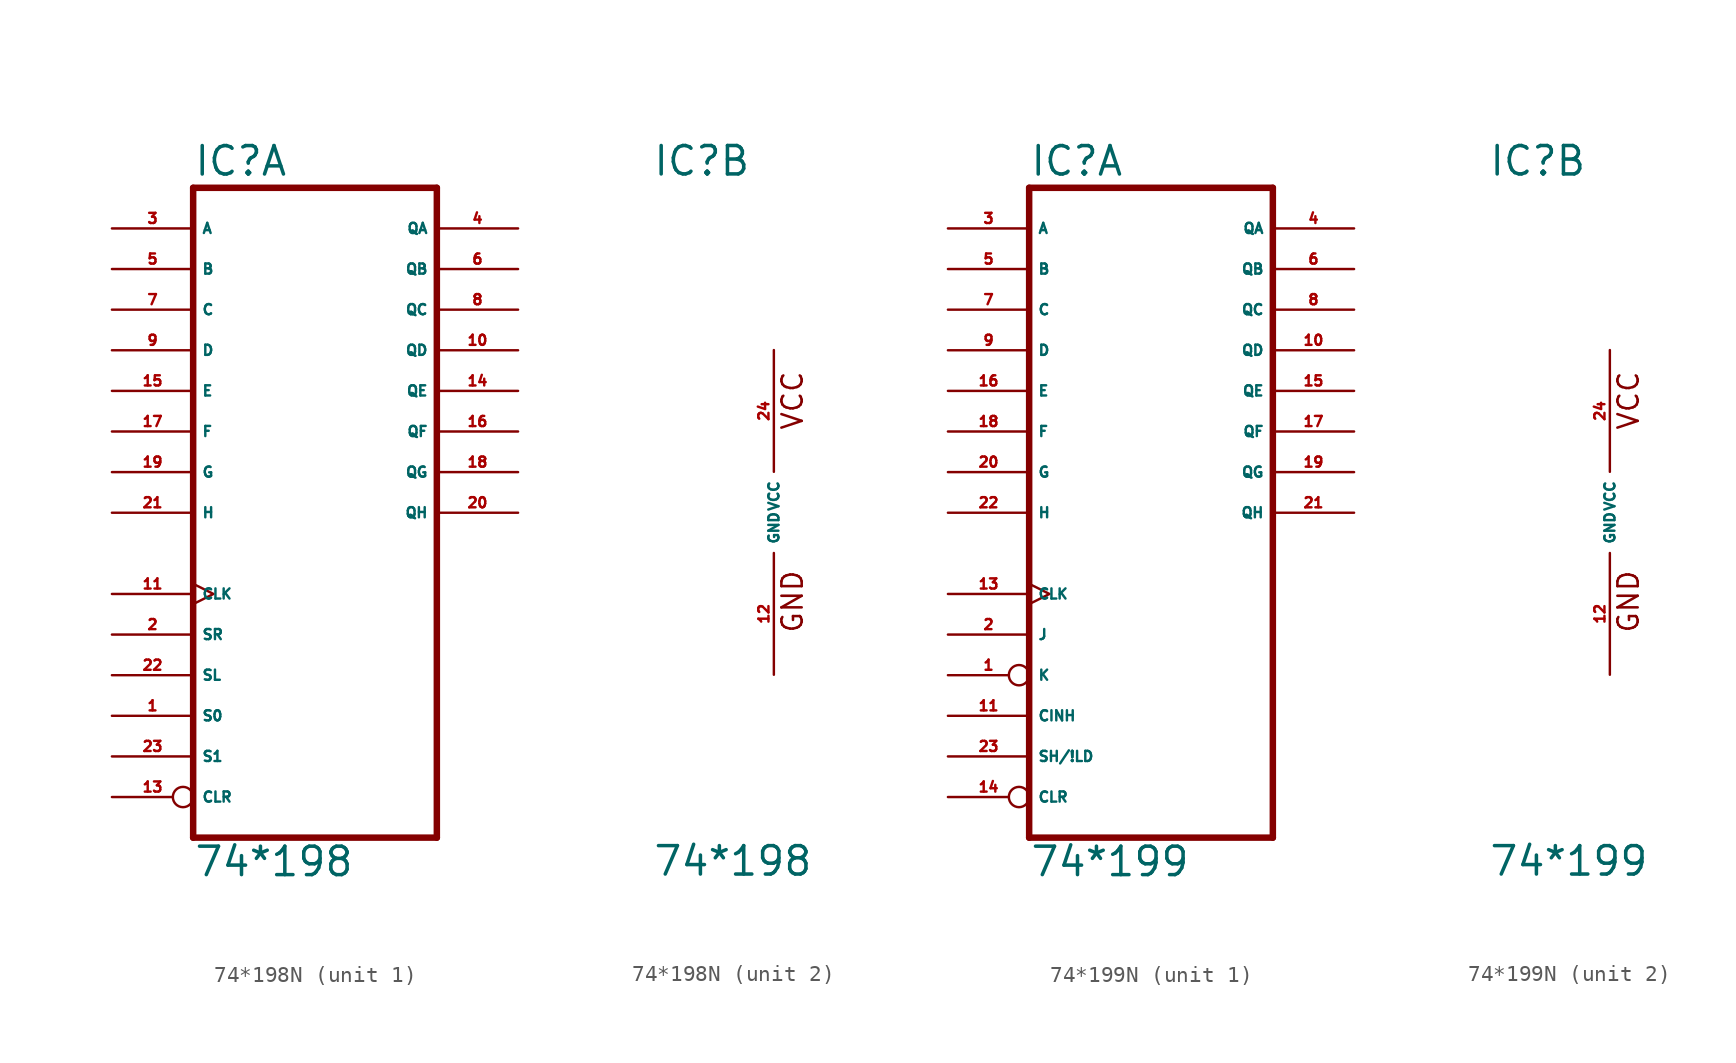
<source format=kicad_sym>
(kicad_symbol_lib
  (version 20220914)
  (generator Eagle2Kicad)
  (symbol "74*198N"
    (property "Reference" "IC"
      (at -7.62 20.955 0)
      (effects (font (size 1.778 1.778) (thickness 0.22)) (justify left bottom)))
    (property "Value" "74*198"
      (at -7.62 -22.86 0)
      (effects (font (size 1.778 1.778) (thickness 0.22)) (justify left bottom)))
    (symbol "74*198N_1_0"
      (polyline (pts (xy -7.62 -20.32) (xy 7.62 -20.32)) (stroke (width 0.406) (type default)) (fill (type none)))
      (polyline (pts (xy 7.62 -20.32) (xy 7.62 20.32)) (stroke (width 0.406) (type default)) (fill (type none)))
      (polyline (pts (xy 7.62 20.32) (xy -7.62 20.32)) (stroke (width 0.406) (type default)) (fill (type none)))
      (polyline (pts (xy -7.62 20.32) (xy -7.62 -20.32)) (stroke (width 0.406) (type default)) (fill (type none)))
      (pin input line (at -12.7 -12.7 0) (length 5.08) (name "S0" (effects (font (size 0.635 0.635) (thickness 0.08)) (justify left bottom))) (number "1" (effects (font (size 0.635 0.635) (thickness 0.08)) (justify left bottom))))
      (pin input line (at -12.7 -7.62 0) (length 5.08) (name "SR" (effects (font (size 0.635 0.635) (thickness 0.08)) (justify left bottom))) (number "2" (effects (font (size 0.635 0.635) (thickness 0.08)) (justify left bottom))))
      (pin input line (at -12.7 17.78 0) (length 5.08) (name "A" (effects (font (size 0.635 0.635) (thickness 0.08)) (justify left bottom))) (number "3" (effects (font (size 0.635 0.635) (thickness 0.08)) (justify left bottom))))
      (pin output line (at 12.7 17.78 180) (length 5.08) (name "QA" (effects (font (size 0.635 0.635) (thickness 0.08)) (justify left bottom))) (number "4" (effects (font (size 0.635 0.635) (thickness 0.08)) (justify left bottom))))
      (pin input line (at -12.7 15.24 0) (length 5.08) (name "B" (effects (font (size 0.635 0.635) (thickness 0.08)) (justify left bottom))) (number "5" (effects (font (size 0.635 0.635) (thickness 0.08)) (justify left bottom))))
      (pin output line (at 12.7 15.24 180) (length 5.08) (name "QB" (effects (font (size 0.635 0.635) (thickness 0.08)) (justify left bottom))) (number "6" (effects (font (size 0.635 0.635) (thickness 0.08)) (justify left bottom))))
      (pin input line (at -12.7 12.7 0) (length 5.08) (name "C" (effects (font (size 0.635 0.635) (thickness 0.08)) (justify left bottom))) (number "7" (effects (font (size 0.635 0.635) (thickness 0.08)) (justify left bottom))))
      (pin output line (at 12.7 12.7 180) (length 5.08) (name "QC" (effects (font (size 0.635 0.635) (thickness 0.08)) (justify left bottom))) (number "8" (effects (font (size 0.635 0.635) (thickness 0.08)) (justify left bottom))))
      (pin input line (at -12.7 10.16 0) (length 5.08) (name "D" (effects (font (size 0.635 0.635) (thickness 0.08)) (justify left bottom))) (number "9" (effects (font (size 0.635 0.635) (thickness 0.08)) (justify left bottom))))
      (pin output line (at 12.7 10.16 180) (length 5.08) (name "QD" (effects (font (size 0.635 0.635) (thickness 0.08)) (justify left bottom))) (number "10" (effects (font (size 0.635 0.635) (thickness 0.08)) (justify left bottom))))
      (pin input clock (at -12.7 -5.08 0) (length 5.08) (name "CLK" (effects (font (size 0.635 0.635) (thickness 0.08)) (justify left bottom))) (number "11" (effects (font (size 0.635 0.635) (thickness 0.08)) (justify left bottom))))
      (pin input inverted (at -12.7 -17.78 0) (length 5.08) (name "CLR" (effects (font (size 0.635 0.635) (thickness 0.08)) (justify left bottom))) (number "13" (effects (font (size 0.635 0.635) (thickness 0.08)) (justify left bottom))))
      (pin output line (at 12.7 7.62 180) (length 5.08) (name "QE" (effects (font (size 0.635 0.635) (thickness 0.08)) (justify left bottom))) (number "14" (effects (font (size 0.635 0.635) (thickness 0.08)) (justify left bottom))))
      (pin input line (at -12.7 7.62 0) (length 5.08) (name "E" (effects (font (size 0.635 0.635) (thickness 0.08)) (justify left bottom))) (number "15" (effects (font (size 0.635 0.635) (thickness 0.08)) (justify left bottom))))
      (pin output line (at 12.7 5.08 180) (length 5.08) (name "QF" (effects (font (size 0.635 0.635) (thickness 0.08)) (justify left bottom))) (number "16" (effects (font (size 0.635 0.635) (thickness 0.08)) (justify left bottom))))
      (pin input line (at -12.7 5.08 0) (length 5.08) (name "F" (effects (font (size 0.635 0.635) (thickness 0.08)) (justify left bottom))) (number "17" (effects (font (size 0.635 0.635) (thickness 0.08)) (justify left bottom))))
      (pin output line (at 12.7 2.54 180) (length 5.08) (name "QG" (effects (font (size 0.635 0.635) (thickness 0.08)) (justify left bottom))) (number "18" (effects (font (size 0.635 0.635) (thickness 0.08)) (justify left bottom))))
      (pin input line (at -12.7 2.54 0) (length 5.08) (name "G" (effects (font (size 0.635 0.635) (thickness 0.08)) (justify left bottom))) (number "19" (effects (font (size 0.635 0.635) (thickness 0.08)) (justify left bottom))))
      (pin output line (at 12.7 0 180) (length 5.08) (name "QH" (effects (font (size 0.635 0.635) (thickness 0.08)) (justify left bottom))) (number "20" (effects (font (size 0.635 0.635) (thickness 0.08)) (justify left bottom))))
      (pin input line (at -12.7 0 0) (length 5.08) (name "H" (effects (font (size 0.635 0.635) (thickness 0.08)) (justify left bottom))) (number "21" (effects (font (size 0.635 0.635) (thickness 0.08)) (justify left bottom))))
      (pin input line (at -12.7 -10.16 0) (length 5.08) (name "SL" (effects (font (size 0.635 0.635) (thickness 0.08)) (justify left bottom))) (number "22" (effects (font (size 0.635 0.635) (thickness 0.08)) (justify left bottom))))
      (pin input line (at -12.7 -15.24 0) (length 5.08) (name "S1" (effects (font (size 0.635 0.635) (thickness 0.08)) (justify left bottom))) (number "23" (effects (font (size 0.635 0.635) (thickness 0.08)) (justify left bottom)))))
    (symbol "74*198N_2_0"
      (text "GND" (at 1.905 -7.62 900) (effects (font (size 1.27 1.27) (thickness 0.16)) (justify left bottom)))
      (text "VCC" (at 1.905 5.08 900) (effects (font (size 1.27 1.27) (thickness 0.16)) (justify left bottom)))
      (pin unspecified line (at 0 -10.16 90) (length 7.62) (name "GND" (effects (font (size 0.635 0.635) (thickness 0.08)) (justify left bottom))) (number "12" (effects (font (size 0.635 0.635) (thickness 0.08)) (justify left bottom))))
      (pin unspecified line (at 0 10.16 270) (length 7.62) (name "VCC" (effects (font (size 0.635 0.635) (thickness 0.08)) (justify left bottom))) (number "24" (effects (font (size 0.635 0.635) (thickness 0.08)) (justify left bottom))))))
  (symbol "74*199N"
    (property "Reference" "IC"
      (at -7.62 20.955 0)
      (effects (font (size 1.778 1.778) (thickness 0.22)) (justify left bottom)))
    (property "Value" "74*199"
      (at -7.62 -22.86 0)
      (effects (font (size 1.778 1.778) (thickness 0.22)) (justify left bottom)))
    (symbol "74*199N_1_0"
      (polyline (pts (xy -7.62 -20.32) (xy 7.62 -20.32)) (stroke (width 0.406) (type default)) (fill (type none)))
      (polyline (pts (xy 7.62 -20.32) (xy 7.62 20.32)) (stroke (width 0.406) (type default)) (fill (type none)))
      (polyline (pts (xy 7.62 20.32) (xy -7.62 20.32)) (stroke (width 0.406) (type default)) (fill (type none)))
      (polyline (pts (xy -7.62 20.32) (xy -7.62 -20.32)) (stroke (width 0.406) (type default)) (fill (type none)))
      (pin input inverted (at -12.7 -10.16 0) (length 5.08) (name "K" (effects (font (size 0.635 0.635) (thickness 0.08)) (justify left bottom))) (number "1" (effects (font (size 0.635 0.635) (thickness 0.08)) (justify left bottom))))
      (pin input line (at -12.7 -7.62 0) (length 5.08) (name "J" (effects (font (size 0.635 0.635) (thickness 0.08)) (justify left bottom))) (number "2" (effects (font (size 0.635 0.635) (thickness 0.08)) (justify left bottom))))
      (pin input line (at -12.7 17.78 0) (length 5.08) (name "A" (effects (font (size 0.635 0.635) (thickness 0.08)) (justify left bottom))) (number "3" (effects (font (size 0.635 0.635) (thickness 0.08)) (justify left bottom))))
      (pin output line (at 12.7 17.78 180) (length 5.08) (name "QA" (effects (font (size 0.635 0.635) (thickness 0.08)) (justify left bottom))) (number "4" (effects (font (size 0.635 0.635) (thickness 0.08)) (justify left bottom))))
      (pin input line (at -12.7 15.24 0) (length 5.08) (name "B" (effects (font (size 0.635 0.635) (thickness 0.08)) (justify left bottom))) (number "5" (effects (font (size 0.635 0.635) (thickness 0.08)) (justify left bottom))))
      (pin output line (at 12.7 15.24 180) (length 5.08) (name "QB" (effects (font (size 0.635 0.635) (thickness 0.08)) (justify left bottom))) (number "6" (effects (font (size 0.635 0.635) (thickness 0.08)) (justify left bottom))))
      (pin input line (at -12.7 12.7 0) (length 5.08) (name "C" (effects (font (size 0.635 0.635) (thickness 0.08)) (justify left bottom))) (number "7" (effects (font (size 0.635 0.635) (thickness 0.08)) (justify left bottom))))
      (pin output line (at 12.7 12.7 180) (length 5.08) (name "QC" (effects (font (size 0.635 0.635) (thickness 0.08)) (justify left bottom))) (number "8" (effects (font (size 0.635 0.635) (thickness 0.08)) (justify left bottom))))
      (pin input line (at -12.7 10.16 0) (length 5.08) (name "D" (effects (font (size 0.635 0.635) (thickness 0.08)) (justify left bottom))) (number "9" (effects (font (size 0.635 0.635) (thickness 0.08)) (justify left bottom))))
      (pin output line (at 12.7 10.16 180) (length 5.08) (name "QD" (effects (font (size 0.635 0.635) (thickness 0.08)) (justify left bottom))) (number "10" (effects (font (size 0.635 0.635) (thickness 0.08)) (justify left bottom))))
      (pin input line (at -12.7 -12.7 0) (length 5.08) (name "CINH" (effects (font (size 0.635 0.635) (thickness 0.08)) (justify left bottom))) (number "11" (effects (font (size 0.635 0.635) (thickness 0.08)) (justify left bottom))))
      (pin input clock (at -12.7 -5.08 0) (length 5.08) (name "CLK" (effects (font (size 0.635 0.635) (thickness 0.08)) (justify left bottom))) (number "13" (effects (font (size 0.635 0.635) (thickness 0.08)) (justify left bottom))))
      (pin input inverted (at -12.7 -17.78 0) (length 5.08) (name "CLR" (effects (font (size 0.635 0.635) (thickness 0.08)) (justify left bottom))) (number "14" (effects (font (size 0.635 0.635) (thickness 0.08)) (justify left bottom))))
      (pin output line (at 12.7 7.62 180) (length 5.08) (name "QE" (effects (font (size 0.635 0.635) (thickness 0.08)) (justify left bottom))) (number "15" (effects (font (size 0.635 0.635) (thickness 0.08)) (justify left bottom))))
      (pin input line (at -12.7 7.62 0) (length 5.08) (name "E" (effects (font (size 0.635 0.635) (thickness 0.08)) (justify left bottom))) (number "16" (effects (font (size 0.635 0.635) (thickness 0.08)) (justify left bottom))))
      (pin output line (at 12.7 5.08 180) (length 5.08) (name "QF" (effects (font (size 0.635 0.635) (thickness 0.08)) (justify left bottom))) (number "17" (effects (font (size 0.635 0.635) (thickness 0.08)) (justify left bottom))))
      (pin input line (at -12.7 5.08 0) (length 5.08) (name "F" (effects (font (size 0.635 0.635) (thickness 0.08)) (justify left bottom))) (number "18" (effects (font (size 0.635 0.635) (thickness 0.08)) (justify left bottom))))
      (pin output line (at 12.7 2.54 180) (length 5.08) (name "QG" (effects (font (size 0.635 0.635) (thickness 0.08)) (justify left bottom))) (number "19" (effects (font (size 0.635 0.635) (thickness 0.08)) (justify left bottom))))
      (pin input line (at -12.7 2.54 0) (length 5.08) (name "G" (effects (font (size 0.635 0.635) (thickness 0.08)) (justify left bottom))) (number "20" (effects (font (size 0.635 0.635) (thickness 0.08)) (justify left bottom))))
      (pin output line (at 12.7 0 180) (length 5.08) (name "QH" (effects (font (size 0.635 0.635) (thickness 0.08)) (justify left bottom))) (number "21" (effects (font (size 0.635 0.635) (thickness 0.08)) (justify left bottom))))
      (pin input line (at -12.7 0 0) (length 5.08) (name "H" (effects (font (size 0.635 0.635) (thickness 0.08)) (justify left bottom))) (number "22" (effects (font (size 0.635 0.635) (thickness 0.08)) (justify left bottom))))
      (pin input line (at -12.7 -15.24 0) (length 5.08) (name "SH/!LD" (effects (font (size 0.635 0.635) (thickness 0.08)) (justify left bottom))) (number "23" (effects (font (size 0.635 0.635) (thickness 0.08)) (justify left bottom)))))
    (symbol "74*199N_2_0"
      (text "GND" (at 1.905 -7.62 900) (effects (font (size 1.27 1.27) (thickness 0.16)) (justify left bottom)))
      (text "VCC" (at 1.905 5.08 900) (effects (font (size 1.27 1.27) (thickness 0.16)) (justify left bottom)))
      (pin unspecified line (at 0 -10.16 90) (length 7.62) (name "GND" (effects (font (size 0.635 0.635) (thickness 0.08)) (justify left bottom))) (number "12" (effects (font (size 0.635 0.635) (thickness 0.08)) (justify left bottom))))
      (pin unspecified line (at 0 10.16 270) (length 7.62) (name "VCC" (effects (font (size 0.635 0.635) (thickness 0.08)) (justify left bottom))) (number "24" (effects (font (size 0.635 0.635) (thickness 0.08)) (justify left bottom)))))))
</source>
